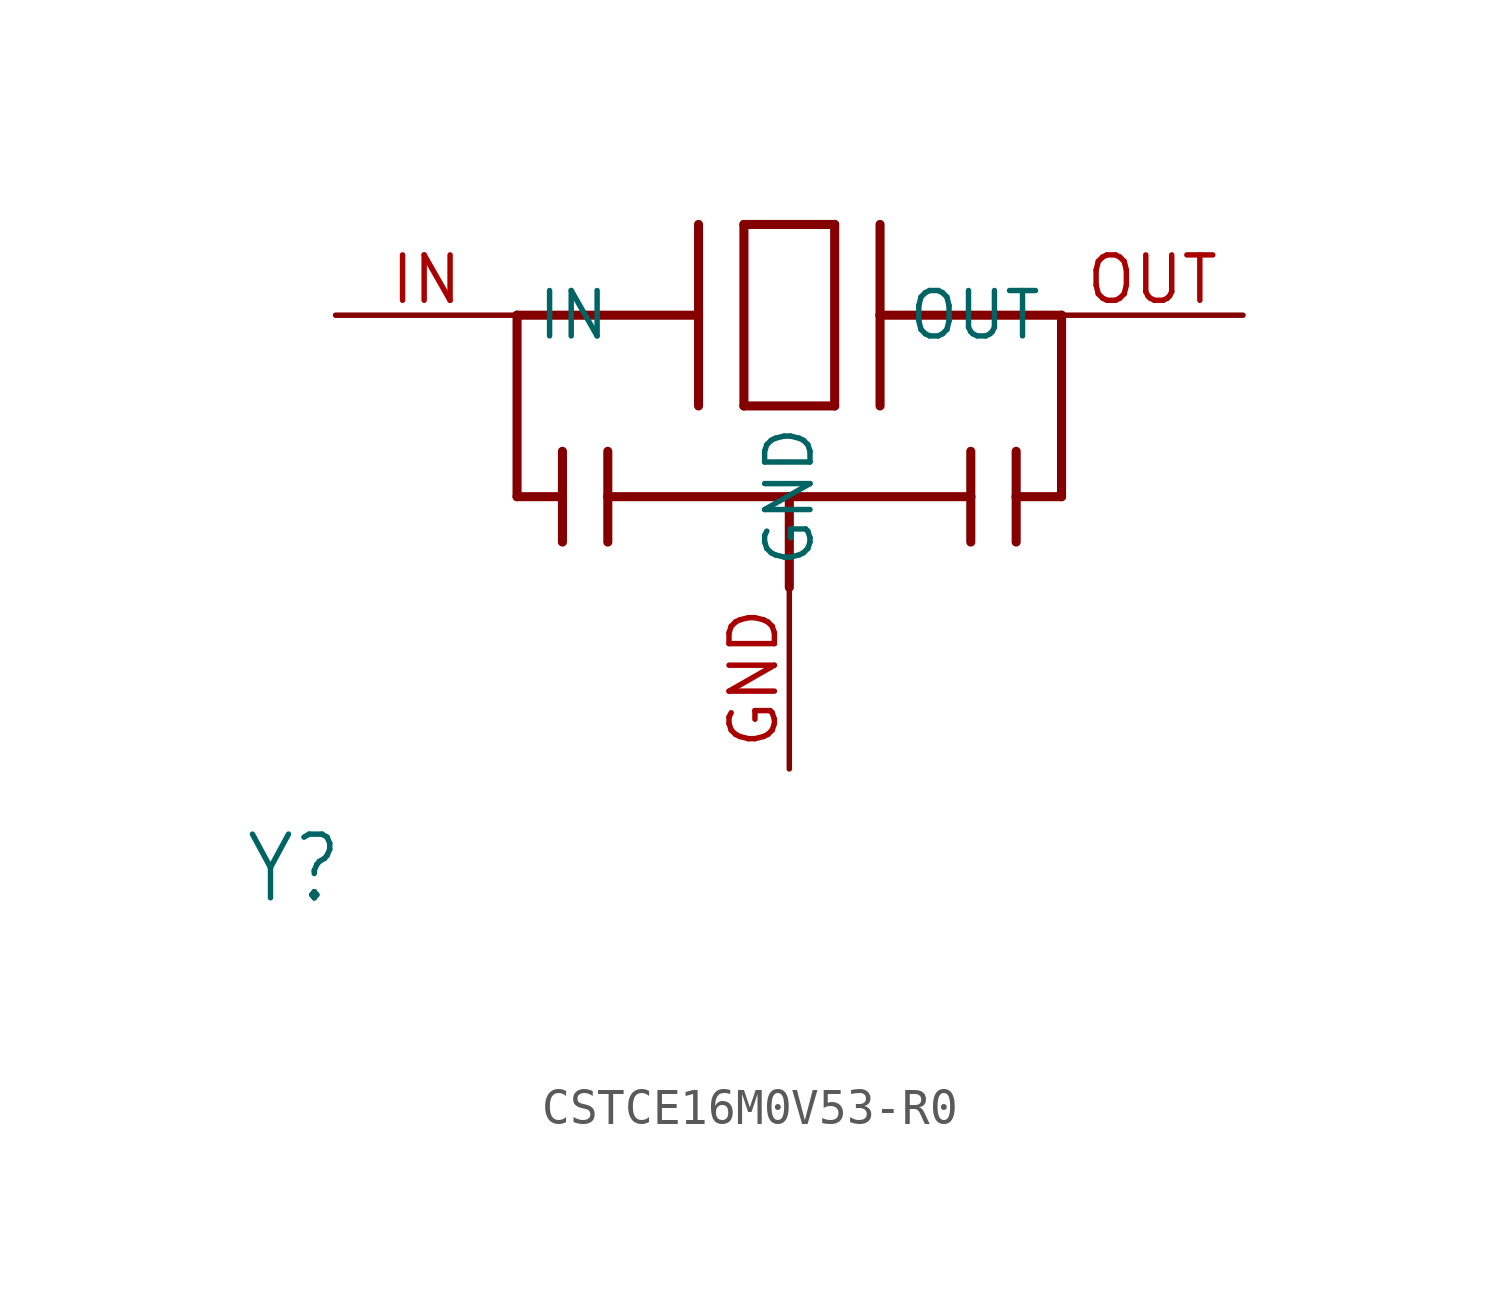
<source format=kicad_sym>
(kicad_symbol_lib
  (version 20220914)
  (generator kicad_symbol_editor)
  (symbol "CSTCE16M0V53-R0"
    (property "Reference" "Y"
      (at -15.271 -11.453 0)
      (effects (font (size 1.782 1.514)) (justify left bottom)))
    (property "Value" ""
      (at -15.281 -14.008 0)
      (effects (font (size 1.783 1.515)) (justify left bottom)))
    (property "ki_locked" ""
      (at 0 0 0)
      (effects (font (size 1.27 1.27))))
    (symbol "CSTCE16M0V53-R0_1_0"
      (polyline (pts (xy -7.62 0) (xy -6.35 0)) (stroke (width 0.254) (type solid)) (fill (type none)))
      (polyline (pts (xy -7.62 5.08) (xy -7.62 0)) (stroke (width 0.254) (type solid)) (fill (type none)))
      (polyline (pts (xy -7.62 5.08) (xy -2.54 5.08)) (stroke (width 0.254) (type solid)) (fill (type none)))
      (polyline (pts (xy -6.35 0) (xy -6.35 -1.27)) (stroke (width 0.254) (type solid)) (fill (type none)))
      (polyline (pts (xy -6.35 1.27) (xy -6.35 0)) (stroke (width 0.254) (type solid)) (fill (type none)))
      (polyline (pts (xy -5.08 0) (xy -5.08 -1.27)) (stroke (width 0.254) (type solid)) (fill (type none)))
      (polyline (pts (xy -5.08 0) (xy -5.08 1.27)) (stroke (width 0.254) (type solid)) (fill (type none)))
      (polyline (pts (xy -2.54 5.08) (xy -2.54 2.54)) (stroke (width 0.254) (type solid)) (fill (type none)))
      (polyline (pts (xy -2.54 5.08) (xy -2.54 7.62)) (stroke (width 0.254) (type solid)) (fill (type none)))
      (polyline (pts (xy -1.27 2.54) (xy 1.27 2.54)) (stroke (width 0.254) (type solid)) (fill (type none)))
      (polyline (pts (xy -1.27 7.62) (xy -1.27 2.54)) (stroke (width 0.254) (type solid)) (fill (type none)))
      (polyline (pts (xy 0 0) (xy -5.08 0)) (stroke (width 0.254) (type solid)) (fill (type none)))
      (polyline (pts (xy 0 0) (xy 0 -2.54)) (stroke (width 0.254) (type solid)) (fill (type none)))
      (polyline (pts (xy 1.27 2.54) (xy 1.27 7.62)) (stroke (width 0.254) (type solid)) (fill (type none)))
      (polyline (pts (xy 1.27 7.62) (xy -1.27 7.62)) (stroke (width 0.254) (type solid)) (fill (type none)))
      (polyline (pts (xy 2.54 5.08) (xy 2.54 2.54)) (stroke (width 0.254) (type solid)) (fill (type none)))
      (polyline (pts (xy 2.54 5.08) (xy 7.62 5.08)) (stroke (width 0.254) (type solid)) (fill (type none)))
      (polyline (pts (xy 2.54 7.62) (xy 2.54 5.08)) (stroke (width 0.254) (type solid)) (fill (type none)))
      (polyline (pts (xy 5.08 0) (xy 0 0)) (stroke (width 0.254) (type solid)) (fill (type none)))
      (polyline (pts (xy 5.08 0) (xy 5.08 -1.27)) (stroke (width 0.254) (type solid)) (fill (type none)))
      (polyline (pts (xy 5.08 1.27) (xy 5.08 0)) (stroke (width 0.254) (type solid)) (fill (type none)))
      (polyline (pts (xy 6.35 0) (xy 6.35 -1.27)) (stroke (width 0.254) (type solid)) (fill (type none)))
      (polyline (pts (xy 6.35 0) (xy 6.35 1.27)) (stroke (width 0.254) (type solid)) (fill (type none)))
      (polyline (pts (xy 7.62 0) (xy 6.35 0)) (stroke (width 0.254) (type solid)) (fill (type none)))
      (polyline (pts (xy 7.62 5.08) (xy 7.62 0)) (stroke (width 0.254) (type solid)) (fill (type none)))
      (pin passive line (at 0 -7.62 90) (length 5.08) (name "GND" (effects (font (size 1.27 1.27)))) (number "GND" (effects (font (size 1.27 1.27)))))
      (pin input line (at -12.7 5.08 0) (length 5.08) (name "IN" (effects (font (size 1.27 1.27)))) (number "IN" (effects (font (size 1.27 1.27)))))
      (pin output line (at 12.7 5.08 180) (length 5.08) (name "OUT" (effects (font (size 1.27 1.27)))) (number "OUT" (effects (font (size 1.27 1.27))))))))
</source>
